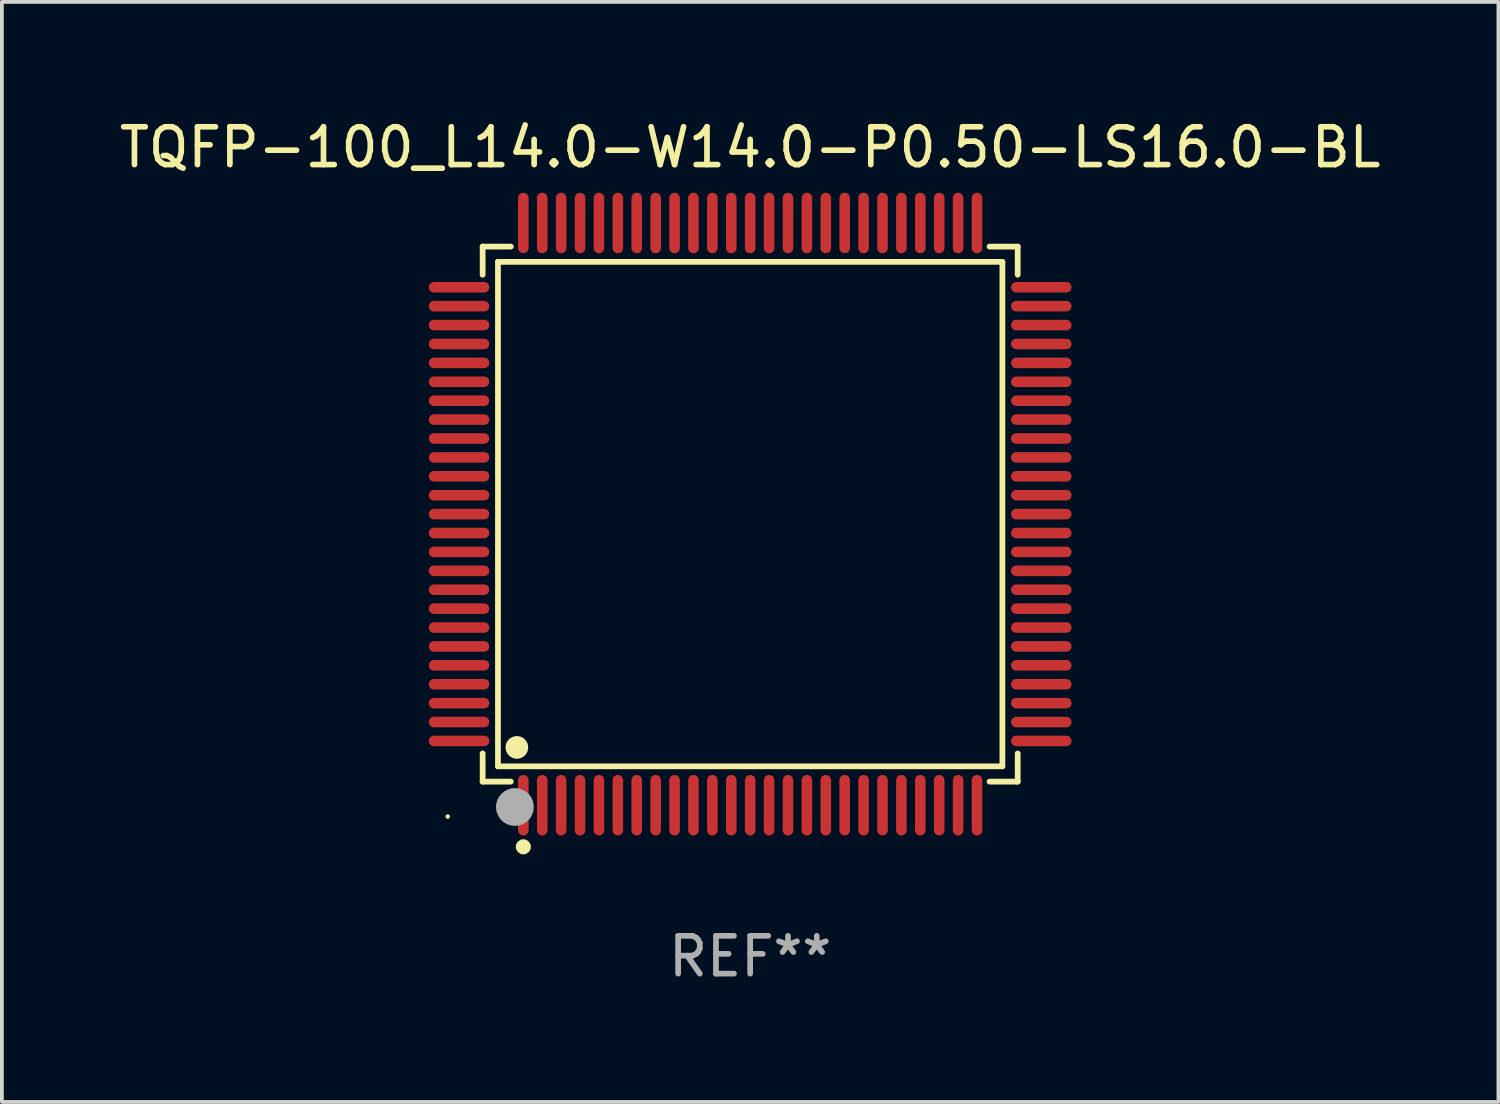
<source format=kicad_pcb>
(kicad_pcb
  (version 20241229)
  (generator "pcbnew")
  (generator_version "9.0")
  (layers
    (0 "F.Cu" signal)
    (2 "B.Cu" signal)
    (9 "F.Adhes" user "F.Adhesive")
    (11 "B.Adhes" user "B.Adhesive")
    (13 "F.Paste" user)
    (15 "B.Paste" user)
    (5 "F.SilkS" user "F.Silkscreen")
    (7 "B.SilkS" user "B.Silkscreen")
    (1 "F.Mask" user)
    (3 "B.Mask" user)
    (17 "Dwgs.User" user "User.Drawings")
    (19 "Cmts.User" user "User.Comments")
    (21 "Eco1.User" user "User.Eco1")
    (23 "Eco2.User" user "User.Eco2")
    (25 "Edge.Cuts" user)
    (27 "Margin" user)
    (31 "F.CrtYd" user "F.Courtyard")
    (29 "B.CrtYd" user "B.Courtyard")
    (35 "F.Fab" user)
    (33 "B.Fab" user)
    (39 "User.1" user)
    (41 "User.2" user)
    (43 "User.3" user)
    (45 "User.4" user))
  (footprint "TQFP-100_L14.0-W14.0-P0.50-LS16.0-BL"
    (layer "F.Cu")
    (at 16.792 10.548)
    (property "Reference" "TQFP-100_L14.0-W14.0-P0.50-LS16.0-BL" (at 0 -9.7 0) (layer "F.SilkS") (effects (font (size 1 1) (thickness 0.15))))
    (attr smd)
    (fp_line (start -7.076 -7.076) (end -6.331 -7.076) (stroke (width 0.152) (type solid)) (layer "F.SilkS"))
    (fp_line (start -7.076 -6.331) (end -7.076 -7.076) (stroke (width 0.152) (type solid)) (layer "F.SilkS"))
    (fp_line (start -7.076 6.331) (end -7.076 7.076) (stroke (width 0.152) (type solid)) (layer "F.SilkS"))
    (fp_line (start -7.076 7.076) (end -6.331 7.076) (stroke (width 0.152) (type solid)) (layer "F.SilkS"))
    (fp_line (start -6.671 -6.671) (end 6.671 -6.671) (stroke (width 0.152) (type solid)) (layer "F.SilkS"))
    (fp_line (start -6.671 6.671) (end -6.671 -6.671) (stroke (width 0.152) (type solid)) (layer "F.SilkS"))
    (fp_line (start 6.671 -6.671) (end 6.671 6.671) (stroke (width 0.152) (type solid)) (layer "F.SilkS"))
    (fp_line (start 6.671 6.671) (end -6.671 6.671) (stroke (width 0.152) (type solid)) (layer "F.SilkS"))
    (fp_line (start 7.076 -7.076) (end 6.331 -7.076) (stroke (width 0.152) (type solid)) (layer "F.SilkS"))
    (fp_line (start 7.076 -6.331) (end 7.076 -7.076) (stroke (width 0.152) (type solid)) (layer "F.SilkS"))
    (fp_line (start 7.076 6.331) (end 7.076 7.076) (stroke (width 0.152) (type solid)) (layer "F.SilkS"))
    (fp_line (start 7.076 7.076) (end 6.331 7.076) (stroke (width 0.152) (type solid)) (layer "F.SilkS"))
    (fp_circle (center -8 8) (end -7.97 8) (stroke (width 0.06) (type solid)) (fill no) (layer "F.SilkS"))
    (fp_circle (center -6.171 6.171) (end -6.021 6.171) (stroke (width 0.3) (type solid)) (fill no) (layer "F.SilkS"))
    (fp_circle (center -6 8.8) (end -5.9 8.8) (stroke (width 0.2) (type solid)) (fill no) (layer "F.SilkS"))
    (fp_circle (center -6.223 7.747) (end -5.973 7.747) (stroke (width 0.5) (type solid)) (fill no) (layer "F.Fab"))
    (fp_text user "REF**" (at 0 11.7 0) (layer "F.Fab") (effects (font (size 1 1) (thickness 0.15))))
    (pad "1" smd oval (at -6 7.7) (size 0.28 1.6) (layers "F.Cu" "F.Mask" "F.Paste"))
    (pad "2" smd oval (at -5.5 7.7) (size 0.28 1.6) (layers "F.Cu" "F.Mask" "F.Paste"))
    (pad "3" smd oval (at -5 7.7) (size 0.28 1.6) (layers "F.Cu" "F.Mask" "F.Paste"))
    (pad "4" smd oval (at -4.5 7.7) (size 0.28 1.6) (layers "F.Cu" "F.Mask" "F.Paste"))
    (pad "5" smd oval (at -4 7.7) (size 0.28 1.6) (layers "F.Cu" "F.Mask" "F.Paste"))
    (pad "6" smd oval (at -3.5 7.7) (size 0.28 1.6) (layers "F.Cu" "F.Mask" "F.Paste"))
    (pad "7" smd oval (at -3 7.7) (size 0.28 1.6) (layers "F.Cu" "F.Mask" "F.Paste"))
    (pad "8" smd oval (at -2.5 7.7) (size 0.28 1.6) (layers "F.Cu" "F.Mask" "F.Paste"))
    (pad "9" smd oval (at -2 7.7) (size 0.28 1.6) (layers "F.Cu" "F.Mask" "F.Paste"))
    (pad "10" smd oval (at -1.5 7.7) (size 0.28 1.6) (layers "F.Cu" "F.Mask" "F.Paste"))
    (pad "11" smd oval (at -1 7.7) (size 0.28 1.6) (layers "F.Cu" "F.Mask" "F.Paste"))
    (pad "12" smd oval (at -0.5 7.7) (size 0.28 1.6) (layers "F.Cu" "F.Mask" "F.Paste"))
    (pad "13" smd oval (at 0 7.7) (size 0.28 1.6) (layers "F.Cu" "F.Mask" "F.Paste"))
    (pad "14" smd oval (at 0.5 7.7) (size 0.28 1.6) (layers "F.Cu" "F.Mask" "F.Paste"))
    (pad "15" smd oval (at 1 7.7) (size 0.28 1.6) (layers "F.Cu" "F.Mask" "F.Paste"))
    (pad "16" smd oval (at 1.5 7.7) (size 0.28 1.6) (layers "F.Cu" "F.Mask" "F.Paste"))
    (pad "17" smd oval (at 2 7.7) (size 0.28 1.6) (layers "F.Cu" "F.Mask" "F.Paste"))
    (pad "18" smd oval (at 2.5 7.7) (size 0.28 1.6) (layers "F.Cu" "F.Mask" "F.Paste"))
    (pad "19" smd oval (at 3 7.7) (size 0.28 1.6) (layers "F.Cu" "F.Mask" "F.Paste"))
    (pad "20" smd oval (at 3.5 7.7) (size 0.28 1.6) (layers "F.Cu" "F.Mask" "F.Paste"))
    (pad "21" smd oval (at 4 7.7) (size 0.28 1.6) (layers "F.Cu" "F.Mask" "F.Paste"))
    (pad "22" smd oval (at 4.5 7.7) (size 0.28 1.6) (layers "F.Cu" "F.Mask" "F.Paste"))
    (pad "23" smd oval (at 5 7.7) (size 0.28 1.6) (layers "F.Cu" "F.Mask" "F.Paste"))
    (pad "24" smd oval (at 5.5 7.7) (size 0.28 1.6) (layers "F.Cu" "F.Mask" "F.Paste"))
    (pad "25" smd oval (at 6 7.7) (size 0.28 1.6) (layers "F.Cu" "F.Mask" "F.Paste"))
    (pad "26" smd oval (at 7.7 6) (size 1.6 0.28) (layers "F.Cu" "F.Mask" "F.Paste"))
    (pad "27" smd oval (at 7.7 5.5) (size 1.6 0.28) (layers "F.Cu" "F.Mask" "F.Paste"))
    (pad "28" smd oval (at 7.7 5) (size 1.6 0.28) (layers "F.Cu" "F.Mask" "F.Paste"))
    (pad "29" smd oval (at 7.7 4.5) (size 1.6 0.28) (layers "F.Cu" "F.Mask" "F.Paste"))
    (pad "30" smd oval (at 7.7 4) (size 1.6 0.28) (layers "F.Cu" "F.Mask" "F.Paste"))
    (pad "31" smd oval (at 7.7 3.5) (size 1.6 0.28) (layers "F.Cu" "F.Mask" "F.Paste"))
    (pad "32" smd oval (at 7.7 3) (size 1.6 0.28) (layers "F.Cu" "F.Mask" "F.Paste"))
    (pad "33" smd oval (at 7.7 2.5) (size 1.6 0.28) (layers "F.Cu" "F.Mask" "F.Paste"))
    (pad "34" smd oval (at 7.7 2) (size 1.6 0.28) (layers "F.Cu" "F.Mask" "F.Paste"))
    (pad "35" smd oval (at 7.7 1.5) (size 1.6 0.28) (layers "F.Cu" "F.Mask" "F.Paste"))
    (pad "36" smd oval (at 7.7 1) (size 1.6 0.28) (layers "F.Cu" "F.Mask" "F.Paste"))
    (pad "37" smd oval (at 7.7 0.5) (size 1.6 0.28) (layers "F.Cu" "F.Mask" "F.Paste"))
    (pad "38" smd oval (at 7.7 0) (size 1.6 0.28) (layers "F.Cu" "F.Mask" "F.Paste"))
    (pad "39" smd oval (at 7.7 -0.5) (size 1.6 0.28) (layers "F.Cu" "F.Mask" "F.Paste"))
    (pad "40" smd oval (at 7.7 -1) (size 1.6 0.28) (layers "F.Cu" "F.Mask" "F.Paste"))
    (pad "41" smd oval (at 7.7 -1.5) (size 1.6 0.28) (layers "F.Cu" "F.Mask" "F.Paste"))
    (pad "42" smd oval (at 7.7 -2) (size 1.6 0.28) (layers "F.Cu" "F.Mask" "F.Paste"))
    (pad "43" smd oval (at 7.7 -2.5) (size 1.6 0.28) (layers "F.Cu" "F.Mask" "F.Paste"))
    (pad "44" smd oval (at 7.7 -3) (size 1.6 0.28) (layers "F.Cu" "F.Mask" "F.Paste"))
    (pad "45" smd oval (at 7.7 -3.5) (size 1.6 0.28) (layers "F.Cu" "F.Mask" "F.Paste"))
    (pad "46" smd oval (at 7.7 -4) (size 1.6 0.28) (layers "F.Cu" "F.Mask" "F.Paste"))
    (pad "47" smd oval (at 7.7 -4.5) (size 1.6 0.28) (layers "F.Cu" "F.Mask" "F.Paste"))
    (pad "48" smd oval (at 7.7 -5) (size 1.6 0.28) (layers "F.Cu" "F.Mask" "F.Paste"))
    (pad "49" smd oval (at 7.7 -5.5) (size 1.6 0.28) (layers "F.Cu" "F.Mask" "F.Paste"))
    (pad "50" smd oval (at 7.7 -6) (size 1.6 0.28) (layers "F.Cu" "F.Mask" "F.Paste"))
    (pad "51" smd oval (at 6 -7.7) (size 0.28 1.6) (layers "F.Cu" "F.Mask" "F.Paste"))
    (pad "52" smd oval (at 5.5 -7.7) (size 0.28 1.6) (layers "F.Cu" "F.Mask" "F.Paste"))
    (pad "53" smd oval (at 5 -7.7) (size 0.28 1.6) (layers "F.Cu" "F.Mask" "F.Paste"))
    (pad "54" smd oval (at 4.5 -7.7) (size 0.28 1.6) (layers "F.Cu" "F.Mask" "F.Paste"))
    (pad "55" smd oval (at 4 -7.7) (size 0.28 1.6) (layers "F.Cu" "F.Mask" "F.Paste"))
    (pad "56" smd oval (at 3.5 -7.7) (size 0.28 1.6) (layers "F.Cu" "F.Mask" "F.Paste"))
    (pad "57" smd oval (at 3 -7.7) (size 0.28 1.6) (layers "F.Cu" "F.Mask" "F.Paste"))
    (pad "58" smd oval (at 2.5 -7.7) (size 0.28 1.6) (layers "F.Cu" "F.Mask" "F.Paste"))
    (pad "59" smd oval (at 2 -7.7) (size 0.28 1.6) (layers "F.Cu" "F.Mask" "F.Paste"))
    (pad "60" smd oval (at 1.5 -7.7) (size 0.28 1.6) (layers "F.Cu" "F.Mask" "F.Paste"))
    (pad "61" smd oval (at 1 -7.7) (size 0.28 1.6) (layers "F.Cu" "F.Mask" "F.Paste"))
    (pad "62" smd oval (at 0.5 -7.7) (size 0.28 1.6) (layers "F.Cu" "F.Mask" "F.Paste"))
    (pad "63" smd oval (at 0 -7.7) (size 0.28 1.6) (layers "F.Cu" "F.Mask" "F.Paste"))
    (pad "64" smd oval (at -0.5 -7.7) (size 0.28 1.6) (layers "F.Cu" "F.Mask" "F.Paste"))
    (pad "65" smd oval (at -1 -7.7) (size 0.28 1.6) (layers "F.Cu" "F.Mask" "F.Paste"))
    (pad "66" smd oval (at -1.5 -7.7) (size 0.28 1.6) (layers "F.Cu" "F.Mask" "F.Paste"))
    (pad "67" smd oval (at -2 -7.7) (size 0.28 1.6) (layers "F.Cu" "F.Mask" "F.Paste"))
    (pad "68" smd oval (at -2.5 -7.7) (size 0.28 1.6) (layers "F.Cu" "F.Mask" "F.Paste"))
    (pad "69" smd oval (at -3 -7.7) (size 0.28 1.6) (layers "F.Cu" "F.Mask" "F.Paste"))
    (pad "70" smd oval (at -3.5 -7.7) (size 0.28 1.6) (layers "F.Cu" "F.Mask" "F.Paste"))
    (pad "71" smd oval (at -4 -7.7) (size 0.28 1.6) (layers "F.Cu" "F.Mask" "F.Paste"))
    (pad "72" smd oval (at -4.5 -7.7) (size 0.28 1.6) (layers "F.Cu" "F.Mask" "F.Paste"))
    (pad "73" smd oval (at -5 -7.7) (size 0.28 1.6) (layers "F.Cu" "F.Mask" "F.Paste"))
    (pad "74" smd oval (at -5.5 -7.7) (size 0.28 1.6) (layers "F.Cu" "F.Mask" "F.Paste"))
    (pad "75" smd oval (at -6 -7.7) (size 0.28 1.6) (layers "F.Cu" "F.Mask" "F.Paste"))
    (pad "76" smd oval (at -7.7 -6) (size 1.6 0.28) (layers "F.Cu" "F.Mask" "F.Paste"))
    (pad "77" smd oval (at -7.7 -5.5) (size 1.6 0.28) (layers "F.Cu" "F.Mask" "F.Paste"))
    (pad "78" smd oval (at -7.7 -5) (size 1.6 0.28) (layers "F.Cu" "F.Mask" "F.Paste"))
    (pad "79" smd oval (at -7.7 -4.5) (size 1.6 0.28) (layers "F.Cu" "F.Mask" "F.Paste"))
    (pad "80" smd oval (at -7.7 -4) (size 1.6 0.28) (layers "F.Cu" "F.Mask" "F.Paste"))
    (pad "81" smd oval (at -7.7 -3.5) (size 1.6 0.28) (layers "F.Cu" "F.Mask" "F.Paste"))
    (pad "82" smd oval (at -7.7 -3) (size 1.6 0.28) (layers "F.Cu" "F.Mask" "F.Paste"))
    (pad "83" smd oval (at -7.7 -2.5) (size 1.6 0.28) (layers "F.Cu" "F.Mask" "F.Paste"))
    (pad "84" smd oval (at -7.7 -2) (size 1.6 0.28) (layers "F.Cu" "F.Mask" "F.Paste"))
    (pad "85" smd oval (at -7.7 -1.5) (size 1.6 0.28) (layers "F.Cu" "F.Mask" "F.Paste"))
    (pad "86" smd oval (at -7.7 -1) (size 1.6 0.28) (layers "F.Cu" "F.Mask" "F.Paste"))
    (pad "87" smd oval (at -7.7 -0.5) (size 1.6 0.28) (layers "F.Cu" "F.Mask" "F.Paste"))
    (pad "88" smd oval (at -7.7 0) (size 1.6 0.28) (layers "F.Cu" "F.Mask" "F.Paste"))
    (pad "89" smd oval (at -7.7 0.5) (size 1.6 0.28) (layers "F.Cu" "F.Mask" "F.Paste"))
    (pad "90" smd oval (at -7.7 1) (size 1.6 0.28) (layers "F.Cu" "F.Mask" "F.Paste"))
    (pad "91" smd oval (at -7.7 1.5) (size 1.6 0.28) (layers "F.Cu" "F.Mask" "F.Paste"))
    (pad "92" smd oval (at -7.7 2) (size 1.6 0.28) (layers "F.Cu" "F.Mask" "F.Paste"))
    (pad "93" smd oval (at -7.7 2.5) (size 1.6 0.28) (layers "F.Cu" "F.Mask" "F.Paste"))
    (pad "94" smd oval (at -7.7 3) (size 1.6 0.28) (layers "F.Cu" "F.Mask" "F.Paste"))
    (pad "95" smd oval (at -7.7 3.5) (size 1.6 0.28) (layers "F.Cu" "F.Mask" "F.Paste"))
    (pad "96" smd oval (at -7.7 4) (size 1.6 0.28) (layers "F.Cu" "F.Mask" "F.Paste"))
    (pad "97" smd oval (at -7.7 4.5) (size 1.6 0.28) (layers "F.Cu" "F.Mask" "F.Paste"))
    (pad "98" smd oval (at -7.7 5) (size 1.6 0.28) (layers "F.Cu" "F.Mask" "F.Paste"))
    (pad "99" smd oval (at -7.7 5.5) (size 1.6 0.28) (layers "F.Cu" "F.Mask" "F.Paste"))
    (pad "100" smd oval (at -7.7 6) (size 1.6 0.28) (layers "F.Cu" "F.Mask" "F.Paste")))
  (gr_rect
    (start -3 -3)
    (end 36.583 26.097)
    (stroke (width 0.1) (type default))
    (fill no)
    (layer "Edge.Cuts")))
</source>
